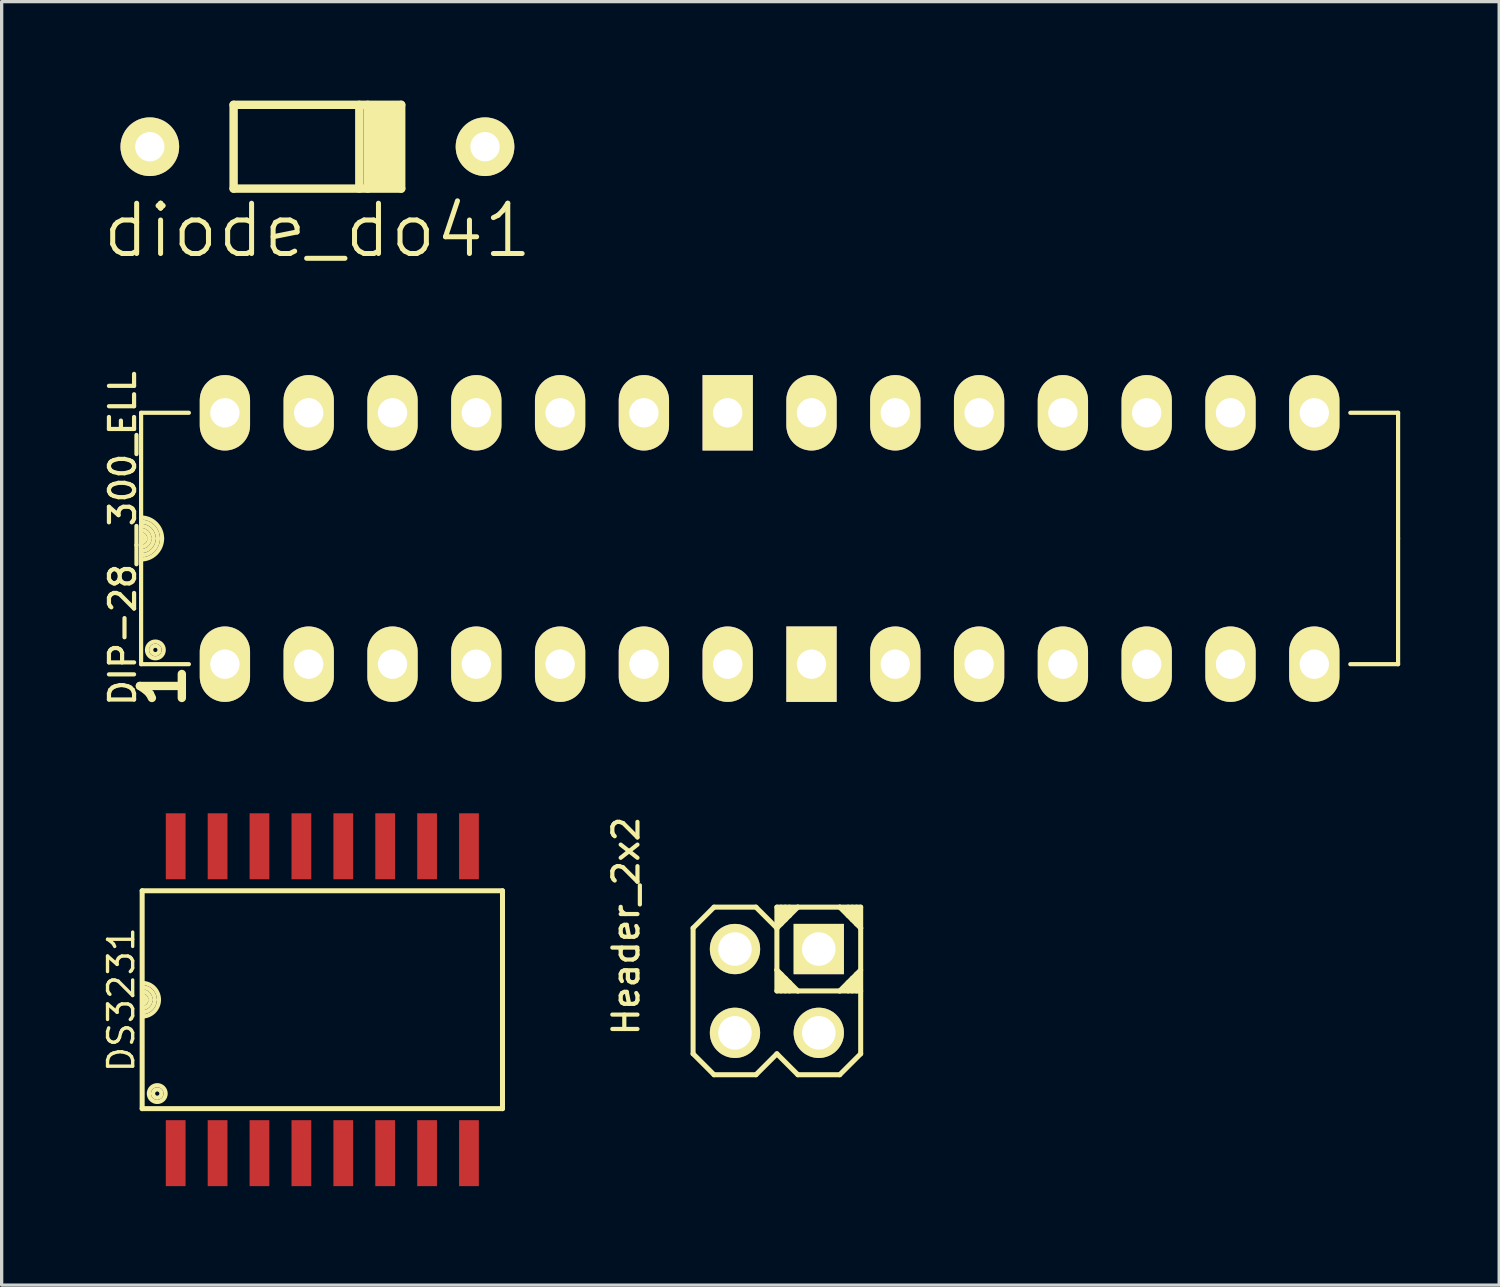
<source format=kicad_pcb>
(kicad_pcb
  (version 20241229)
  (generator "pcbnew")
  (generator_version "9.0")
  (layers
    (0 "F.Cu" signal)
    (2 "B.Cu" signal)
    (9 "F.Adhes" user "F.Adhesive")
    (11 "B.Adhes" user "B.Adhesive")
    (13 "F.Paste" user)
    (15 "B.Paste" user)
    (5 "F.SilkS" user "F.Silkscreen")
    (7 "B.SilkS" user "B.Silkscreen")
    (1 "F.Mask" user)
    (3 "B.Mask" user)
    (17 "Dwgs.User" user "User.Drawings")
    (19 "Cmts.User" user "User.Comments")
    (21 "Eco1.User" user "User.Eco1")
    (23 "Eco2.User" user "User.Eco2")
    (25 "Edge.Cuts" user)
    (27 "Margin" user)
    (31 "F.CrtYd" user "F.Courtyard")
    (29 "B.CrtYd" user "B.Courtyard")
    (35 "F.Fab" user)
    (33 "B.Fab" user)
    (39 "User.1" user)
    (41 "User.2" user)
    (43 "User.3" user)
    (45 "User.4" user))
  (footprint "diode_do41"
    (layer "F.Cu")
    (at 6.571 1.397)
    (property "Reference" "diode_do41" (at 0 2.54 0) (layer "F.SilkS") (effects (font (size 1.524 1.524) (thickness 0.152))))
    (attr through_hole)
    (fp_line (start -2.54 -1.27) (end -2.54 1.27) (stroke (width 0.254) (type solid)) (layer "F.SilkS"))
    (fp_line (start -2.54 -1.27) (end 2.54 -1.27) (stroke (width 0.254) (type solid)) (layer "F.SilkS"))
    (fp_line (start 1.27 -1.27) (end 1.27 1.27) (stroke (width 0.254) (type solid)) (layer "F.SilkS"))
    (fp_line (start 1.524 1.27) (end 1.524 -1.27) (stroke (width 0.254) (type solid)) (layer "F.SilkS"))
    (fp_line (start 1.778 -1.143) (end 1.778 1.016) (stroke (width 0.381) (type solid)) (layer "F.SilkS"))
    (fp_line (start 2.032 -1.143) (end 2.032 1.016) (stroke (width 0.381) (type solid)) (layer "F.SilkS"))
    (fp_line (start 2.286 -1.143) (end 2.286 1.016) (stroke (width 0.381) (type solid)) (layer "F.SilkS"))
    (fp_line (start 2.54 -1.27) (end 2.54 1.27) (stroke (width 0.254) (type solid)) (layer "F.SilkS"))
    (fp_line (start 2.54 1.27) (end -2.54 1.27) (stroke (width 0.254) (type solid)) (layer "F.SilkS"))
    (pad "1" thru_hole circle (at -5.08 0) (size 1.778 1.778) (drill 0.889) (layers "*.Cu" "*.Mask" "F.SilkS"))
    (pad "2" thru_hole circle (at 5.08 0) (size 1.778 1.778) (drill 0.889) (layers "*.Cu" "*.Mask" "F.SilkS")))
  (footprint "Header_2x2"
    (layer "F.Cu")
    (at 20.498 26.986)
    (property "Reference" "Header_2x2" (at -4.572 -1.968 90) (layer "F.SilkS") (effects (font (size 0.762 0.762) (thickness 0.127))))
    (attr smd)
    (fp_line (start -2.54 -1.905) (end -2.54 1.905) (stroke (width 0.152) (type solid)) (layer "F.SilkS"))
    (fp_line (start -2.54 -1.905) (end -1.905 -2.54) (stroke (width 0.152) (type solid)) (layer "F.SilkS"))
    (fp_line (start -1.905 -2.54) (end -0.635 -2.54) (stroke (width 0.152) (type solid)) (layer "F.SilkS"))
    (fp_line (start -1.905 2.54) (end -2.54 1.905) (stroke (width 0.152) (type solid)) (layer "F.SilkS"))
    (fp_line (start -0.635 -2.54) (end 0 -1.905) (stroke (width 0.152) (type solid)) (layer "F.SilkS"))
    (fp_line (start -0.635 2.54) (end -1.905 2.54) (stroke (width 0.152) (type solid)) (layer "F.SilkS"))
    (fp_line (start 0 -2.54) (end 0.635 -2.54) (stroke (width 0.152) (type solid)) (layer "F.SilkS"))
    (fp_line (start 0 -1.905) (end 0 -2.54) (stroke (width 0.152) (type solid)) (layer "F.SilkS"))
    (fp_line (start 0 -1.905) (end 0.635 -2.54) (stroke (width 0.152) (type solid)) (layer "F.SilkS"))
    (fp_line (start 0 -0.635) (end 0 -1.905) (stroke (width 0.152) (type solid)) (layer "F.SilkS"))
    (fp_line (start 0 -0.635) (end 0.635 0) (stroke (width 0.152) (type solid)) (layer "F.SilkS"))
    (fp_line (start 0 0) (end 0 -0.635) (stroke (width 0.152) (type solid)) (layer "F.SilkS"))
    (fp_line (start 0 0) (end 0.635 0) (stroke (width 0.152) (type solid)) (layer "F.SilkS"))
    (fp_line (start 0 1.905) (end -0.635 2.54) (stroke (width 0.152) (type solid)) (layer "F.SilkS"))
    (fp_line (start 0.127 -2.54) (end 0.127 -2.032) (stroke (width 0.152) (type solid)) (layer "F.SilkS"))
    (fp_line (start 0.127 0) (end 0.127 -0.508) (stroke (width 0.152) (type solid)) (layer "F.SilkS"))
    (fp_line (start 0.254 -2.54) (end 0.254 -2.159) (stroke (width 0.152) (type solid)) (layer "F.SilkS"))
    (fp_line (start 0.254 0) (end 0.254 -0.381) (stroke (width 0.152) (type solid)) (layer "F.SilkS"))
    (fp_line (start 0.381 -2.54) (end 0.381 -2.286) (stroke (width 0.152) (type solid)) (layer "F.SilkS"))
    (fp_line (start 0.381 0) (end 0.381 -0.254) (stroke (width 0.152) (type solid)) (layer "F.SilkS"))
    (fp_line (start 0.635 -2.54) (end 1.905 -2.54) (stroke (width 0.152) (type solid)) (layer "F.SilkS"))
    (fp_line (start 0.635 0) (end 1.905 0) (stroke (width 0.152) (type solid)) (layer "F.SilkS"))
    (fp_line (start 0.635 2.54) (end 0 1.905) (stroke (width 0.152) (type solid)) (layer "F.SilkS"))
    (fp_line (start 1.905 -2.54) (end 2.54 -2.54) (stroke (width 0.152) (type solid)) (layer "F.SilkS"))
    (fp_line (start 1.905 -2.54) (end 2.54 -1.905) (stroke (width 0.152) (type solid)) (layer "F.SilkS"))
    (fp_line (start 1.905 0) (end 2.54 -0.635) (stroke (width 0.152) (type solid)) (layer "F.SilkS"))
    (fp_line (start 1.905 0) (end 2.54 0) (stroke (width 0.152) (type solid)) (layer "F.SilkS"))
    (fp_line (start 1.905 2.54) (end 0.635 2.54) (stroke (width 0.152) (type solid)) (layer "F.SilkS"))
    (fp_line (start 2.159 -2.54) (end 2.159 -2.286) (stroke (width 0.152) (type solid)) (layer "F.SilkS"))
    (fp_line (start 2.159 0) (end 2.159 -0.254) (stroke (width 0.152) (type solid)) (layer "F.SilkS"))
    (fp_line (start 2.286 -2.54) (end 2.286 -2.159) (stroke (width 0.152) (type solid)) (layer "F.SilkS"))
    (fp_line (start 2.286 0) (end 2.286 -0.381) (stroke (width 0.152) (type solid)) (layer "F.SilkS"))
    (fp_line (start 2.413 -2.54) (end 2.413 -2.032) (stroke (width 0.152) (type solid)) (layer "F.SilkS"))
    (fp_line (start 2.413 0) (end 2.413 -0.508) (stroke (width 0.152) (type solid)) (layer "F.SilkS"))
    (fp_line (start 2.54 -2.54) (end 2.54 -1.905) (stroke (width 0.152) (type solid)) (layer "F.SilkS"))
    (fp_line (start 2.54 -1.905) (end 2.54 1.905) (stroke (width 0.152) (type solid)) (layer "F.SilkS"))
    (fp_line (start 2.54 1.905) (end 1.905 2.54) (stroke (width 0.152) (type solid)) (layer "F.SilkS"))
    (pad "1" thru_hole circle (at -1.27 1.27) (size 1.524 1.524) (drill 1.016) (layers "*.Cu" "*.Mask" "F.SilkS"))
    (pad "2" thru_hole circle (at -1.27 -1.27) (size 1.524 1.524) (drill 1.016) (layers "*.Cu" "*.Mask" "F.SilkS"))
    (pad "3" thru_hole circle (at 1.27 1.27) (size 1.524 1.524) (drill 1.016) (layers "*.Cu" "*.Mask" "F.SilkS"))
    (pad "4" thru_hole rect (at 1.27 -1.27) (size 1.524 1.524) (drill 1.016) (layers "*.Cu" "*.Mask" "F.SilkS")))
  (footprint "DS3231"
    (layer "F.Cu")
    (at 6.72 27.252)
    (property "Reference" "DS3231" (at -6.096 0 90) (layer "F.SilkS") (effects (font (size 0.762 0.762) (thickness 0.102))))
    (attr smd)
    (fp_line (start -5.461 -3.302) (end -5.461 3.302) (stroke (width 0.152) (type solid)) (layer "F.SilkS"))
    (fp_line (start -5.461 -3.302) (end 5.461 -3.302) (stroke (width 0.152) (type solid)) (layer "F.SilkS"))
    (fp_line (start 5.461 3.302) (end -5.461 3.302) (stroke (width 0.152) (type solid)) (layer "F.SilkS"))
    (fp_line (start 5.461 3.302) (end 5.461 -3.302) (stroke (width 0.152) (type solid)) (layer "F.SilkS"))
    (fp_arc (start -5.461 -0.508) (mid -5.10179 -0.35921) (end -4.953 0) (stroke (width 0.127) (type solid)) (layer "F.SilkS"))
    (fp_arc (start -5.461 -0.381) (mid -5.191592 -0.269408) (end -5.08 0) (stroke (width 0.127) (type solid)) (layer "F.SilkS"))
    (fp_arc (start -5.461 -0.254) (mid -5.281395 -0.179605) (end -5.207 0) (stroke (width 0.127) (type solid)) (layer "F.SilkS"))
    (fp_arc (start -5.461 -0.127) (mid -5.371197 -0.089803) (end -5.334 0) (stroke (width 0.127) (type solid)) (layer "F.SilkS"))
    (fp_arc (start -5.334 0) (mid -5.371197 0.089803) (end -5.461 0.127) (stroke (width 0.127) (type solid)) (layer "F.SilkS"))
    (fp_arc (start -5.207 0) (mid -5.281395 0.179605) (end -5.461 0.254) (stroke (width 0.127) (type solid)) (layer "F.SilkS"))
    (fp_arc (start -5.08 0) (mid -5.191592 0.269408) (end -5.461 0.381) (stroke (width 0.127) (type solid)) (layer "F.SilkS"))
    (fp_arc (start -4.953 0) (mid -5.10179 0.35921) (end -5.461 0.508) (stroke (width 0.127) (type solid)) (layer "F.SilkS"))
    (fp_circle (center -5.004 2.845) (end -5.258 2.845) (stroke (width 0.127) (type solid)) (fill no) (layer "F.SilkS"))
    (fp_circle (center -5.004 2.845) (end -5.131 2.845) (stroke (width 0.127) (type solid)) (fill no) (layer "F.SilkS"))
    (pad "1" smd rect (at -4.445 4.651) (size 0.599 1.999) (layers "F.Cu" "F.Mask" "F.Paste"))
    (pad "2" smd rect (at -3.175 4.651) (size 0.599 1.999) (layers "F.Cu" "F.Mask" "F.Paste"))
    (pad "3" smd rect (at -1.905 4.651) (size 0.599 1.999) (layers "F.Cu" "F.Mask" "F.Paste"))
    (pad "4" smd rect (at -0.635 4.651) (size 0.599 1.999) (layers "F.Cu" "F.Mask" "F.Paste"))
    (pad "5" smd rect (at 0.635 4.651) (size 0.599 1.999) (layers "F.Cu" "F.Mask" "F.Paste"))
    (pad "6" smd rect (at 1.905 4.651) (size 0.599 1.999) (layers "F.Cu" "F.Mask" "F.Paste"))
    (pad "7" smd rect (at 3.175 4.651) (size 0.599 1.999) (layers "F.Cu" "F.Mask" "F.Paste"))
    (pad "8" smd rect (at 4.445 4.651) (size 0.599 1.999) (layers "F.Cu" "F.Mask" "F.Paste"))
    (pad "9" smd rect (at 4.445 -4.651) (size 0.599 1.999) (layers "F.Cu" "F.Mask" "F.Paste"))
    (pad "10" smd rect (at 3.175 -4.651) (size 0.599 1.999) (layers "F.Cu" "F.Mask" "F.Paste"))
    (pad "11" smd rect (at 1.905 -4.651) (size 0.599 1.999) (layers "F.Cu" "F.Mask" "F.Paste"))
    (pad "12" smd rect (at 0.635 -4.651) (size 0.599 1.999) (layers "F.Cu" "F.Mask" "F.Paste"))
    (pad "13" smd rect (at -0.635 -4.651) (size 0.599 1.999) (layers "F.Cu" "F.Mask" "F.Paste"))
    (pad "14" smd rect (at -1.905 -4.651) (size 0.599 1.999) (layers "F.Cu" "F.Mask" "F.Paste"))
    (pad "15" smd rect (at -3.175 -4.651) (size 0.599 1.999) (layers "F.Cu" "F.Mask" "F.Paste"))
    (pad "16" smd rect (at -4.445 -4.651) (size 0.599 1.999) (layers "F.Cu" "F.Mask" "F.Paste")))
  (footprint "DIP-28__300_ELL"
    (layer "F.Cu")
    (at 20.277 13.272)
    (property "Reference" "DIP-28__300_ELL" (at -19.609 0 90) (layer "F.SilkS") (effects (font (size 0.762 0.762) (thickness 0.127))))
    (attr smd)
    (fp_line (start -19.05 -3.81) (end -17.602 -3.81) (stroke (width 0.127) (type solid)) (layer "F.SilkS"))
    (fp_line (start -19.05 0) (end -19.05 -3.81) (stroke (width 0.127) (type solid)) (layer "F.SilkS"))
    (fp_line (start -19.05 0) (end -19.05 3.81) (stroke (width 0.127) (type solid)) (layer "F.SilkS"))
    (fp_line (start -19.05 3.81) (end -17.602 3.81) (stroke (width 0.127) (type solid)) (layer "F.SilkS"))
    (fp_line (start 19.05 -3.81) (end 17.602 -3.81) (stroke (width 0.127) (type solid)) (layer "F.SilkS"))
    (fp_line (start 19.05 0) (end 19.05 -3.81) (stroke (width 0.127) (type solid)) (layer "F.SilkS"))
    (fp_line (start 19.05 0) (end 19.05 3.81) (stroke (width 0.127) (type solid)) (layer "F.SilkS"))
    (fp_line (start 19.05 3.81) (end 17.602 3.81) (stroke (width 0.127) (type solid)) (layer "F.SilkS"))
    (fp_arc (start -19.05 -0.635) (mid -18.600987 -0.449013) (end -18.415 0) (stroke (width 0.127) (type solid)) (layer "F.SilkS"))
    (fp_arc (start -19.05 -0.508) (mid -18.69079 -0.35921) (end -18.542 0) (stroke (width 0.127) (type solid)) (layer "F.SilkS"))
    (fp_arc (start -19.05 -0.381) (mid -18.780592 -0.269408) (end -18.669 0) (stroke (width 0.127) (type solid)) (layer "F.SilkS"))
    (fp_arc (start -19.05 -0.254) (mid -18.870395 -0.179605) (end -18.796 0) (stroke (width 0.127) (type solid)) (layer "F.SilkS"))
    (fp_arc (start -19.05 -0.127) (mid -18.960197 -0.089803) (end -18.923 0) (stroke (width 0.127) (type solid)) (layer "F.SilkS"))
    (fp_arc (start -18.923 0) (mid -18.960197 0.089803) (end -19.05 0.127) (stroke (width 0.127) (type solid)) (layer "F.SilkS"))
    (fp_arc (start -18.796 0) (mid -18.870395 0.179605) (end -19.05 0.254) (stroke (width 0.127) (type solid)) (layer "F.SilkS"))
    (fp_arc (start -18.669 0) (mid -18.780592 0.269408) (end -19.05 0.381) (stroke (width 0.127) (type solid)) (layer "F.SilkS"))
    (fp_arc (start -18.542 0) (mid -18.69079 0.35921) (end -19.05 0.508) (stroke (width 0.127) (type solid)) (layer "F.SilkS"))
    (fp_arc (start -18.415 0) (mid -18.600987 0.449013) (end -19.05 0.635) (stroke (width 0.127) (type solid)) (layer "F.SilkS"))
    (fp_circle (center -18.618 3.378) (end -18.872 3.378) (stroke (width 0.127) (type solid)) (fill no) (layer "F.SilkS"))
    (fp_circle (center -18.618 3.378) (end -18.745 3.378) (stroke (width 0.127) (type solid)) (fill no) (layer "F.SilkS"))
    (fp_text user "1" (at -18.39 4.47 90) (layer "F.SilkS") (effects (font (size 1.27 1.27) (thickness 0.254))))
    (pad "1" thru_hole oval (at -16.51 3.81) (size 1.524 2.286) (drill 0.889) (layers "*.Cu" "*.Mask" "F.SilkS"))
    (pad "2" thru_hole oval (at -13.97 3.81) (size 1.524 2.286) (drill 0.889) (layers "*.Cu" "*.Mask" "F.SilkS"))
    (pad "3" thru_hole oval (at -11.43 3.81) (size 1.524 2.286) (drill 0.889) (layers "*.Cu" "*.Mask" "F.SilkS"))
    (pad "4" thru_hole oval (at -8.89 3.81) (size 1.524 2.286) (drill 0.889) (layers "*.Cu" "*.Mask" "F.SilkS"))
    (pad "5" thru_hole oval (at -6.35 3.81) (size 1.524 2.286) (drill 0.889) (layers "*.Cu" "*.Mask" "F.SilkS"))
    (pad "6" thru_hole oval (at -3.81 3.81) (size 1.524 2.286) (drill 0.889) (layers "*.Cu" "*.Mask" "F.SilkS"))
    (pad "7" thru_hole oval (at -1.27 3.81) (size 1.524 2.286) (drill 0.889) (layers "*.Cu" "*.Mask" "F.SilkS"))
    (pad "8" thru_hole rect (at 1.27 3.81) (size 1.524 2.286) (drill 0.889) (layers "*.Cu" "*.Mask" "F.SilkS"))
    (pad "9" thru_hole oval (at 3.81 3.81) (size 1.524 2.286) (drill 0.889) (layers "*.Cu" "*.Mask" "F.SilkS"))
    (pad "10" thru_hole oval (at 6.35 3.81) (size 1.524 2.286) (drill 0.889) (layers "*.Cu" "*.Mask" "F.SilkS"))
    (pad "11" thru_hole oval (at 8.89 3.81) (size 1.524 2.286) (drill 0.889) (layers "*.Cu" "*.Mask" "F.SilkS"))
    (pad "12" thru_hole oval (at 11.43 3.81) (size 1.524 2.286) (drill 0.889) (layers "*.Cu" "*.Mask" "F.SilkS"))
    (pad "13" thru_hole oval (at 13.97 3.81) (size 1.524 2.286) (drill 0.889) (layers "*.Cu" "*.Mask" "F.SilkS"))
    (pad "14" thru_hole oval (at 16.51 3.81) (size 1.524 2.286) (drill 0.889) (layers "*.Cu" "*.Mask" "F.SilkS"))
    (pad "15" thru_hole oval (at 16.51 -3.81) (size 1.524 2.286) (drill 0.889) (layers "*.Cu" "*.Mask" "F.SilkS"))
    (pad "16" thru_hole oval (at 13.97 -3.81) (size 1.524 2.286) (drill 0.889) (layers "*.Cu" "*.Mask" "F.SilkS"))
    (pad "17" thru_hole oval (at 11.43 -3.81) (size 1.524 2.286) (drill 0.889) (layers "*.Cu" "*.Mask" "F.SilkS"))
    (pad "18" thru_hole oval (at 8.89 -3.81) (size 1.524 2.286) (drill 0.889) (layers "*.Cu" "*.Mask" "F.SilkS"))
    (pad "19" thru_hole oval (at 6.35 -3.81) (size 1.524 2.286) (drill 0.889) (layers "*.Cu" "*.Mask" "F.SilkS"))
    (pad "20" thru_hole oval (at 3.81 -3.81) (size 1.524 2.286) (drill 0.889) (layers "*.Cu" "*.Mask" "F.SilkS"))
    (pad "21" thru_hole oval (at 1.27 -3.81) (size 1.524 2.286) (drill 0.889) (layers "*.Cu" "*.Mask" "F.SilkS"))
    (pad "22" thru_hole rect (at -1.27 -3.81) (size 1.524 2.286) (drill 0.889) (layers "*.Cu" "*.Mask" "F.SilkS"))
    (pad "23" thru_hole oval (at -3.81 -3.81) (size 1.524 2.286) (drill 0.889) (layers "*.Cu" "*.Mask" "F.SilkS"))
    (pad "24" thru_hole oval (at -6.35 -3.81) (size 1.524 2.286) (drill 0.889) (layers "*.Cu" "*.Mask" "F.SilkS"))
    (pad "25" thru_hole oval (at -8.89 -3.81) (size 1.524 2.286) (drill 0.889) (layers "*.Cu" "*.Mask" "F.SilkS"))
    (pad "26" thru_hole oval (at -11.43 -3.81) (size 1.524 2.286) (drill 0.889) (layers "*.Cu" "*.Mask" "F.SilkS"))
    (pad "27" thru_hole oval (at -13.97 -3.81) (size 1.524 2.286) (drill 0.889) (layers "*.Cu" "*.Mask" "F.SilkS"))
    (pad "28" thru_hole oval (at -16.51 -3.81) (size 1.524 2.286) (drill 0.889) (layers "*.Cu" "*.Mask" "F.SilkS")))
  (gr_rect
    (start -3 -3)
    (end 42.391 35.902)
    (stroke (width 0.1) (type default))
    (fill no)
    (layer "Edge.Cuts")))
</source>
